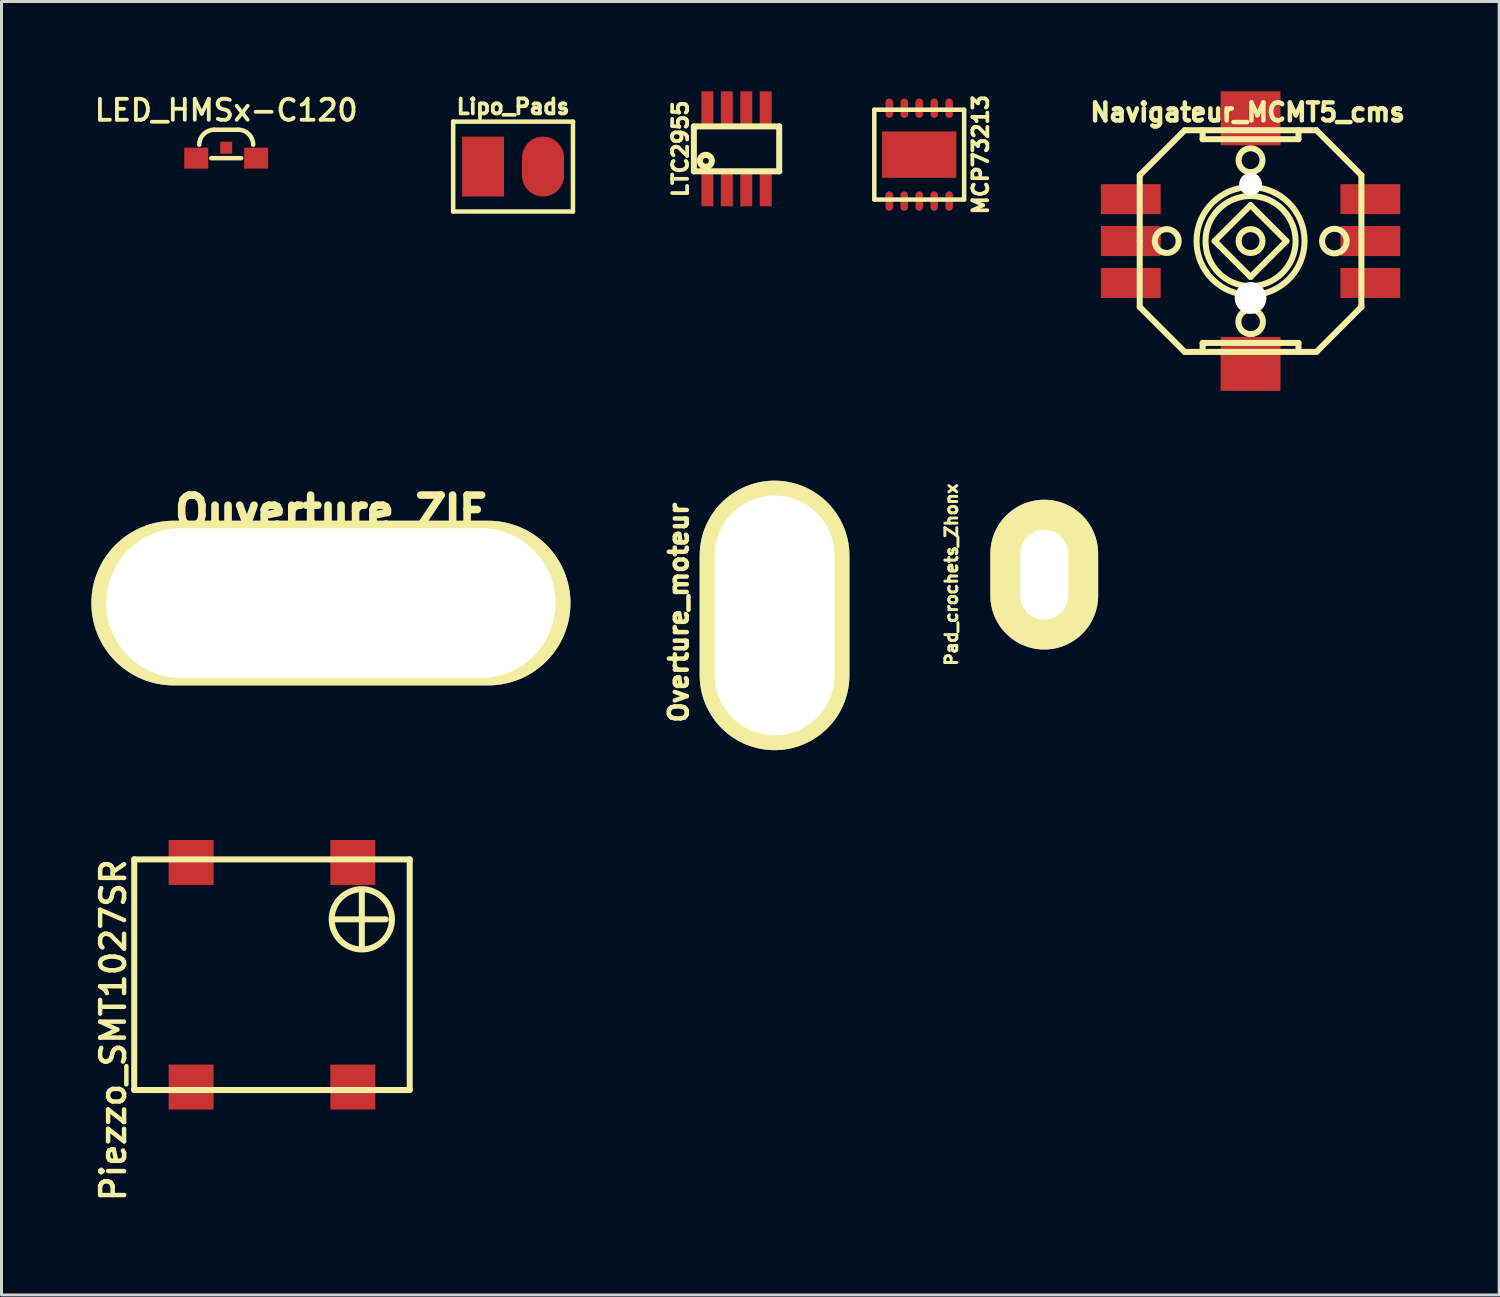
<source format=kicad_pcb>
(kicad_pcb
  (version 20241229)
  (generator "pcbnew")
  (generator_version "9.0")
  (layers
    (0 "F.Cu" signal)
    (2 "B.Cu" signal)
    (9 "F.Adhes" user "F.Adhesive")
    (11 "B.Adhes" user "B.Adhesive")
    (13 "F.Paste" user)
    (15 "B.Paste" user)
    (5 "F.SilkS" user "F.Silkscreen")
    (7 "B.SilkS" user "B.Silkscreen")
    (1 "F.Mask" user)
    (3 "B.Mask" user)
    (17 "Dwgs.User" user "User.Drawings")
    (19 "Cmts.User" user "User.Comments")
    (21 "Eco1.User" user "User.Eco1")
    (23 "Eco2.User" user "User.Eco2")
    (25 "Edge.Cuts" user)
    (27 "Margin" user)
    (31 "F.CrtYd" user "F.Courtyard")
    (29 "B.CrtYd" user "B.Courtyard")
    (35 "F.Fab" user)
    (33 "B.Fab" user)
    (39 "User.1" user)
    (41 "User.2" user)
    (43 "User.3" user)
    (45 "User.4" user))
  (footprint "MCP73213"
    (layer "F.Cu")
    (at 27.645 2.114)
    (property "Reference" "MCP73213" (at 2.05 0 90) (layer "F.SilkS") (effects (font (size 0.5 0.5) (thickness 0.125))))
    (attr through_hole)
    (fp_line (start -1.5 -1.5) (end -1.5 1.5) (stroke (width 0.15) (type solid)) (layer "F.SilkS"))
    (fp_line (start -1.5 1.5) (end 1.5 1.5) (stroke (width 0.15) (type solid)) (layer "F.SilkS"))
    (fp_line (start 1.5 -1.5) (end -1.5 -1.5) (stroke (width 0.15) (type solid)) (layer "F.SilkS"))
    (fp_line (start 1.5 1.5) (end 1.5 -1.5) (stroke (width 0.15) (type solid)) (layer "F.SilkS"))
    (pad "1" smd oval (at -1 1.55) (size 0.25 0.65) (layers "F.Cu" "F.Mask" "F.Paste"))
    (pad "2" smd oval (at -0.5 1.55) (size 0.25 0.65) (layers "F.Cu" "F.Mask" "F.Paste"))
    (pad "3" smd oval (at 0 1.55) (size 0.25 0.65) (layers "F.Cu" "F.Mask" "F.Paste"))
    (pad "4" smd oval (at 0.5 1.55) (size 0.25 0.65) (layers "F.Cu" "F.Mask" "F.Paste"))
    (pad "5" smd oval (at 1 1.55) (size 0.25 0.65) (layers "F.Cu" "F.Mask" "F.Paste"))
    (pad "6" smd oval (at 1 -1.55) (size 0.25 0.65) (layers "F.Cu" "F.Mask" "F.Paste"))
    (pad "7" smd oval (at 0.5 -1.55) (size 0.25 0.65) (layers "F.Cu" "F.Mask" "F.Paste"))
    (pad "8" smd oval (at 0 -1.55) (size 0.25 0.65) (layers "F.Cu" "F.Mask" "F.Paste"))
    (pad "8" smd rect (at 0 0) (size 2.48 1.55) (layers "F.Cu" "F.Mask" "F.Paste"))
    (pad "9" smd oval (at -0.5 -1.55) (size 0.25 0.65) (layers "F.Cu" "F.Mask" "F.Paste"))
    (pad "10" smd oval (at -1 -1.55) (size 0.25 0.65) (layers "F.Cu" "F.Mask" "F.Paste")))
  (footprint "Ouverture_ZIF"
    (layer "F.Cu")
    (at 8 17.088)
    (property "Reference" "Ouverture_ZIF" (at 0 -3.048 0) (layer "F.SilkS") (effects (font (size 1.016 1.016) (thickness 0.254))))
    (attr through_hole)
    (pad "" thru_hole oval (at 0 0) (size 15.999 5.499) (drill oval 15.001 5.001) (layers "*.Cu" "*.Mask" "F.SilkS")))
  (footprint "LTC2955"
    (layer "F.Cu")
    (at 21.22 1.92)
    (property "Reference" "LTC2955" (at -1.55 0 90) (layer "F.SilkS") (effects (font (size 0.5 0.5) (thickness 0.125))))
    (attr through_hole)
    (fp_line (start -1.1 -0.75) (end 1.75 -0.75) (stroke (width 0.201) (type solid)) (layer "F.SilkS"))
    (fp_line (start -1.1 0.75) (end -1.1 -0.75) (stroke (width 0.201) (type solid)) (layer "F.SilkS"))
    (fp_line (start 1.75 -0.75) (end 1.75 0.75) (stroke (width 0.201) (type solid)) (layer "F.SilkS"))
    (fp_line (start 1.75 0.75) (end -1.1 0.75) (stroke (width 0.201) (type solid)) (layer "F.SilkS"))
    (fp_circle (center -0.7 0.4) (end -0.6 0.4) (stroke (width 0.201) (type solid)) (fill no) (layer "F.SilkS"))
    (pad "1" smd rect (at -0.65 1.31) (size 0.4 1.22) (layers "F.Cu" "F.Mask" "F.Paste"))
    (pad "2" smd rect (at 0 1.31) (size 0.4 1.22) (layers "F.Cu" "F.Mask" "F.Paste"))
    (pad "3" smd rect (at 0.65 1.31) (size 0.4 1.22) (layers "F.Cu" "F.Mask" "F.Paste"))
    (pad "4" smd rect (at 1.3 1.31) (size 0.4 1.22) (layers "F.Cu" "F.Mask" "F.Paste"))
    (pad "5" smd rect (at 1.3 -1.31) (size 0.4 1.22) (layers "F.Cu" "F.Mask" "F.Paste"))
    (pad "6" smd rect (at 0.65 -1.31) (size 0.4 1.22) (layers "F.Cu" "F.Mask" "F.Paste"))
    (pad "7" smd rect (at 0 -1.31) (size 0.4 1.22) (layers "F.Cu" "F.Mask" "F.Paste"))
    (pad "8" smd rect (at -0.65 -1.31) (size 0.4 1.22) (layers "F.Cu" "F.Mask" "F.Paste")))
  (footprint "LED_HMSx-C120"
    (layer "F.Cu")
    (at 4.504 2.232)
    (property "Reference" "LED_HMSx-C120" (at 0 -1.6 0) (layer "F.SilkS") (effects (font (size 0.7 0.7) (thickness 0.127))))
    (attr through_hole)
    (fp_line (start -0.5 0) (end 0.5 0) (stroke (width 0.15) (type solid)) (layer "F.SilkS"))
    (fp_line (start -0.4 -0.95) (end 0.4 -0.95) (stroke (width 0.15) (type solid)) (layer "F.SilkS"))
    (fp_arc (start -0.9 -0.45) (mid -0.753553 -0.803553) (end -0.4 -0.95) (stroke (width 0.15) (type solid)) (layer "F.SilkS"))
    (fp_arc (start 0.4 -0.95) (mid 0.753553 -0.803553) (end 0.9 -0.45) (stroke (width 0.15) (type solid)) (layer "F.SilkS"))
    (pad "" smd rect (at 0 -0.35) (size 0.4 0.4) (layers "F.Cu" "F.Mask" "F.Paste"))
    (pad "1" smd rect (at -1 0) (size 0.8 0.7) (layers "F.Cu" "F.Mask" "F.Paste"))
    (pad "2" smd rect (at 1 0) (size 0.8 0.7) (layers "F.Cu" "F.Mask" "F.Paste")))
  (footprint "Piezzo_SMT1027SR"
    (layer "F.Cu")
    (at 6.032 30.649)
    (property "Reference" "Piezzo_SMT1027SR" (at -5.301 0.701 90) (layer "F.SilkS") (effects (font (size 0.8 0.8) (thickness 0.15))))
    (attr through_hole)
    (fp_line (start -4.6 -5.001) (end -4.6 2.7) (stroke (width 0.201) (type solid)) (layer "F.SilkS"))
    (fp_line (start -4.6 -5.001) (end 4.6 -5.001) (stroke (width 0.201) (type solid)) (layer "F.SilkS"))
    (fp_line (start -4.6 2.7) (end 4.6 2.7) (stroke (width 0.201) (type solid)) (layer "F.SilkS"))
    (fp_line (start 1.999 -3) (end 3.8 -3) (stroke (width 0.201) (type solid)) (layer "F.SilkS"))
    (fp_line (start 3 -2.101) (end 3 -3.899) (stroke (width 0.201) (type solid)) (layer "F.SilkS"))
    (fp_line (start 4.6 2.7) (end 4.6 -5.001) (stroke (width 0.201) (type solid)) (layer "F.SilkS"))
    (fp_circle (center 3 -3) (end 3.099 -1.999) (stroke (width 0.201) (type solid)) (fill no) (layer "F.SilkS"))
    (pad "" smd rect (at -2.7 -4.9) (size 1.501 1.501) (layers "F.Cu" "F.Mask" "F.Paste"))
    (pad "" smd rect (at -2.7 2.601) (size 1.501 1.501) (layers "F.Cu" "F.Mask" "F.Paste"))
    (pad "1" smd rect (at 2.7 -4.9) (size 1.501 1.501) (layers "F.Cu" "F.Mask" "F.Paste"))
    (pad "2" smd rect (at 2.7 2.601) (size 1.501 1.501) (layers "F.Cu" "F.Mask" "F.Paste")))
  (footprint "Lipo_Pads"
    (layer "F.Cu")
    (at 14.083 2.512)
    (property "Reference" "Lipo_Pads" (at 0 -2 0) (layer "F.SilkS") (effects (font (size 0.5 0.5) (thickness 0.125))))
    (attr through_hole)
    (fp_line (start -2 -1.5) (end 2 -1.5) (stroke (width 0.15) (type solid)) (layer "F.SilkS"))
    (fp_line (start -2 1.5) (end -2 -1.5) (stroke (width 0.15) (type solid)) (layer "F.SilkS"))
    (fp_line (start 2 -1.5) (end 2 1.5) (stroke (width 0.15) (type solid)) (layer "F.SilkS"))
    (fp_line (start 2 1.5) (end -2 1.5) (stroke (width 0.15) (type solid)) (layer "F.SilkS"))
    (pad "1" smd rect (at -1 0) (size 1.4 2) (layers "F.Cu" "F.Mask" "F.Paste"))
    (pad "2" smd oval (at 1 0) (size 1.4 2) (layers "F.Cu" "F.Mask" "F.Paste")))
  (footprint "Navigateur_MCMT5_cms"
    (layer "F.Cu")
    (at 38.709 5)
    (property "Reference" "Navigateur_MCMT5_cms" (at -0.099 -4.3 0) (layer "F.SilkS") (effects (font (size 0.599 0.599) (thickness 0.15))))
    (attr through_hole)
    (fp_line (start -3.701 -2.2) (end -2.2 -3.701) (stroke (width 0.201) (type solid)) (layer "F.SilkS"))
    (fp_line (start -3.701 0) (end -3.701 -2.2) (stroke (width 0.201) (type solid)) (layer "F.SilkS"))
    (fp_line (start -3.701 2.2) (end -3.701 0) (stroke (width 0.201) (type solid)) (layer "F.SilkS"))
    (fp_line (start -2.2 -3.701) (end 2.2 -3.701) (stroke (width 0.201) (type solid)) (layer "F.SilkS"))
    (fp_line (start -2.2 3.701) (end -3.701 2.2) (stroke (width 0.201) (type solid)) (layer "F.SilkS"))
    (fp_line (start -1.6 -3.701) (end -1.6 -3.401) (stroke (width 0.201) (type solid)) (layer "F.SilkS"))
    (fp_line (start -1.6 -3.401) (end 1.6 -3.401) (stroke (width 0.201) (type solid)) (layer "F.SilkS"))
    (fp_line (start -1.6 3.401) (end -1.6 3.701) (stroke (width 0.201) (type solid)) (layer "F.SilkS"))
    (fp_line (start -1.199 0) (end 0 -1.199) (stroke (width 0.201) (type solid)) (layer "F.SilkS"))
    (fp_line (start 0 -1.199) (end 1.199 0) (stroke (width 0.201) (type solid)) (layer "F.SilkS"))
    (fp_line (start 0 1.199) (end -1.199 0) (stroke (width 0.201) (type solid)) (layer "F.SilkS"))
    (fp_line (start 1.199 0) (end 0 1.199) (stroke (width 0.201) (type solid)) (layer "F.SilkS"))
    (fp_line (start 1.6 -3.401) (end 1.6 -3.701) (stroke (width 0.201) (type solid)) (layer "F.SilkS"))
    (fp_line (start 1.6 3.401) (end -1.6 3.401) (stroke (width 0.201) (type solid)) (layer "F.SilkS"))
    (fp_line (start 1.6 3.701) (end 1.6 3.401) (stroke (width 0.201) (type solid)) (layer "F.SilkS"))
    (fp_line (start 2.2 -3.701) (end 3.701 -2.2) (stroke (width 0.201) (type solid)) (layer "F.SilkS"))
    (fp_line (start 2.2 3.701) (end -2.2 3.701) (stroke (width 0.201) (type solid)) (layer "F.SilkS"))
    (fp_line (start 3.701 -2.2) (end 3.701 2.2) (stroke (width 0.201) (type solid)) (layer "F.SilkS"))
    (fp_line (start 3.701 2.2) (end 2.2 3.701) (stroke (width 0.201) (type solid)) (layer "F.SilkS"))
    (fp_circle (center -2.799 0) (end -2.4 0) (stroke (width 0.201) (type solid)) (fill no) (layer "F.SilkS"))
    (fp_circle (center 0 -2.7) (end 0.399 -2.7) (stroke (width 0.201) (type solid)) (fill no) (layer "F.SilkS"))
    (fp_circle (center 0 0) (end 0.399 0) (stroke (width 0.201) (type solid)) (fill no) (layer "F.SilkS"))
    (fp_circle (center 0 0) (end 1.501 -0.099) (stroke (width 0.201) (type solid)) (fill no) (layer "F.SilkS"))
    (fp_circle (center 0 0) (end 1.801 0.099) (stroke (width 0.201) (type solid)) (fill no) (layer "F.SilkS"))
    (fp_circle (center 0.003 2.697) (end 0.401 2.797) (stroke (width 0.201) (type solid)) (fill no) (layer "F.SilkS"))
    (fp_circle (center 2.799 0) (end 2.898 0.399) (stroke (width 0.201) (type solid)) (fill no) (layer "F.SilkS"))
    (pad "" np_thru_hole circle (at 0 -1.9) (size 0.749 0.749) (drill 0.749) (layers "*.Cu" "*.Mask" "F.SilkS"))
    (pad "" np_thru_hole circle (at 0 1.9) (size 1.049 1.049) (drill 1.049) (layers "*.Cu" "*.Mask" "F.SilkS"))
    (pad "1" smd rect (at -4 -1.4) (size 1.999 1.001) (layers "F.Cu" "F.Mask" "F.Paste"))
    (pad "2" smd rect (at -4 0) (size 1.999 1.001) (layers "F.Cu" "F.Mask" "F.Paste"))
    (pad "3" smd rect (at -4 1.4) (size 1.999 1.001) (layers "F.Cu" "F.Mask" "F.Paste"))
    (pad "4" smd rect (at 4 -1.4) (size 1.999 1.001) (layers "F.Cu" "F.Mask" "F.Paste"))
    (pad "5" smd rect (at 4 0) (size 1.999 1.001) (layers "F.Cu" "F.Mask" "F.Paste"))
    (pad "6" smd rect (at 4 1.4) (size 1.999 1.001) (layers "F.Cu" "F.Mask" "F.Paste"))
    (pad "7" smd rect (at 0 4.1) (size 1.999 1.801) (layers "F.Cu" "F.Mask" "F.Paste"))
    (pad "8" smd rect (at 0 -4.1) (size 1.999 1.801) (layers "F.Cu" "F.Mask" "F.Paste")))
  (footprint "Pad_crochets_Zhonx"
    (layer "F.Cu")
    (at 31.82 16.138)
    (property "Reference" "Pad_crochets_Zhonx" (at -3.099 0 90) (layer "F.SilkS") (effects (font (size 0.399 0.399) (thickness 0.099))))
    (attr through_hole)
    (pad "1" thru_hole oval (at 0 0) (size 3.599 5.001) (drill oval 1.6 3) (layers "*.Cu" "*.Mask" "F.SilkS")))
  (footprint "Overture_moteur"
    (layer "F.Cu")
    (at 22.814 17.5)
    (property "Reference" "Overture_moteur" (at -3.2 -0.099 90) (layer "F.SilkS") (effects (font (size 0.599 0.599) (thickness 0.15))))
    (attr through_hole)
    (pad "1" thru_hole oval (at 0 0) (size 5.001 8.999) (drill oval 4 8.001) (layers "*.Cu" "*.Mask" "F.SilkS")))
  (gr_rect
    (start -3 -3)
    (end 47.012 40.191)
    (stroke (width 0.1) (type default))
    (fill no)
    (layer "Edge.Cuts")))
</source>
